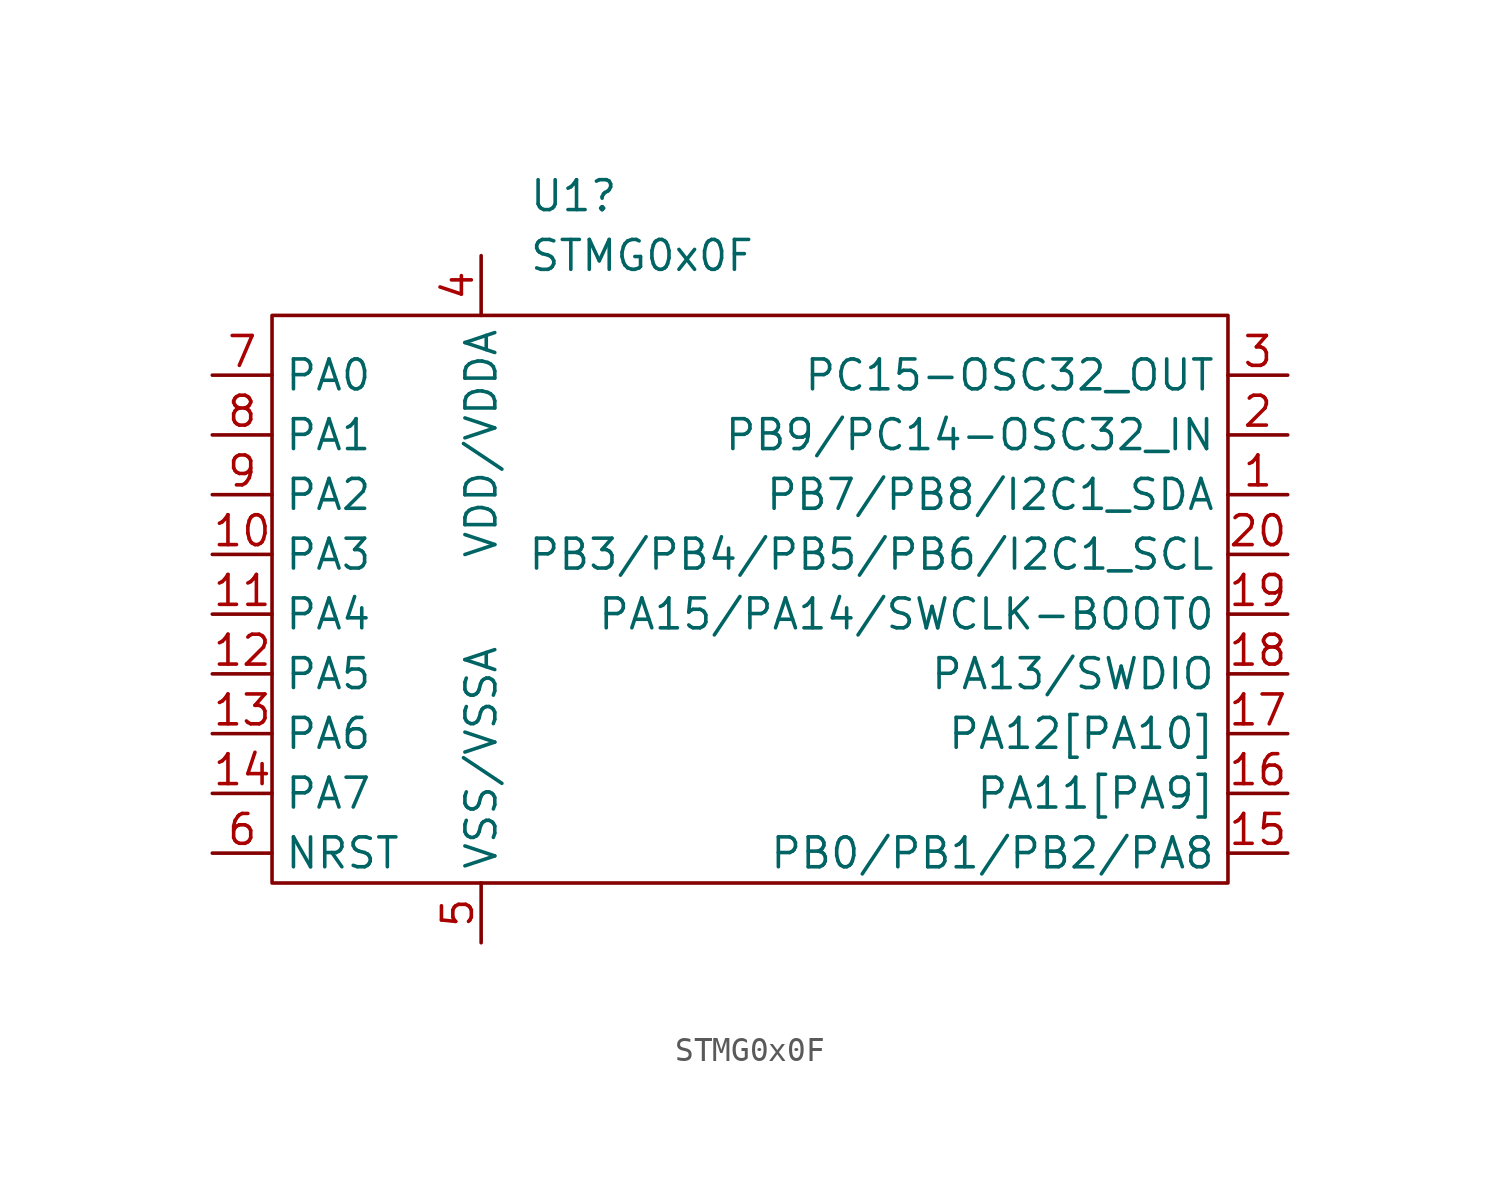
<source format=kicad_sym>
(kicad_symbol_lib
  (version 20220914)
  (generator kicad_symbol_editor)
  (symbol "STMG0x0F"
    (property "Reference" "U1"
      (at -18.301 31.75 0)
      (effects (font (size 1.27 1.27)) (justify left)))
    (property "Value" "STMG0x0F"
      (at -18.301 29.21 0)
      (effects (font (size 1.27 1.27)) (justify left)))
    (symbol "STMG0x0F_0_1"
      (rectangle (start -29.21 26.67) (end 11.43 2.54) (stroke (width 0) (type default)) (fill (type none))))
    (symbol "STMG0x0F_1_1"
      (pin bidirectional line (at 13.97 19.05 180) (length 2.54) (name "PB7/PB8/I2C1_SDA" (effects (font (size 1.27 1.27)))) (number "1" (effects (font (size 1.27 1.27)))))
      (pin bidirectional line (at -31.75 16.51 0) (length 2.54) (name "PA3" (effects (font (size 1.27 1.27)))) (number "10" (effects (font (size 1.27 1.27)))))
      (pin bidirectional line (at -31.75 13.97 0) (length 2.54) (name "PA4" (effects (font (size 1.27 1.27)))) (number "11" (effects (font (size 1.27 1.27)))))
      (pin bidirectional line (at -31.75 11.43 0) (length 2.54) (name "PA5" (effects (font (size 1.27 1.27)))) (number "12" (effects (font (size 1.27 1.27)))))
      (pin bidirectional line (at -31.75 8.89 0) (length 2.54) (name "PA6" (effects (font (size 1.27 1.27)))) (number "13" (effects (font (size 1.27 1.27)))))
      (pin bidirectional line (at -31.75 6.35 0) (length 2.54) (name "PA7" (effects (font (size 1.27 1.27)))) (number "14" (effects (font (size 1.27 1.27)))))
      (pin bidirectional line (at 13.97 3.81 180) (length 2.54) (name "PB0/PB1/PB2/PA8" (effects (font (size 1.27 1.27)))) (number "15" (effects (font (size 1.27 1.27)))))
      (pin bidirectional line (at 13.97 6.35 180) (length 2.54) (name "PA11[PA9]" (effects (font (size 1.27 1.27)))) (number "16" (effects (font (size 1.27 1.27)))))
      (pin bidirectional line (at 13.97 8.89 180) (length 2.54) (name "PA12[PA10]" (effects (font (size 1.27 1.27)))) (number "17" (effects (font (size 1.27 1.27)))))
      (pin bidirectional line (at 13.97 11.43 180) (length 2.54) (name "PA13/SWDIO" (effects (font (size 1.27 1.27)))) (number "18" (effects (font (size 1.27 1.27)))))
      (pin bidirectional line (at 13.97 13.97 180) (length 2.54) (name "PA15/PA14/SWCLK-BOOT0" (effects (font (size 1.27 1.27)))) (number "19" (effects (font (size 1.27 1.27)))))
      (pin bidirectional line (at 13.97 21.59 180) (length 2.54) (name "PB9/PC14-OSC32_IN" (effects (font (size 1.27 1.27)))) (number "2" (effects (font (size 1.27 1.27)))))
      (pin bidirectional line (at 13.97 16.51 180) (length 2.54) (name "PB3/PB4/PB5/PB6/I2C1_SCL" (effects (font (size 1.27 1.27)))) (number "20" (effects (font (size 1.27 1.27)))))
      (pin bidirectional line (at 13.97 24.13 180) (length 2.54) (name "PC15-OSC32_OUT" (effects (font (size 1.27 1.27)))) (number "3" (effects (font (size 1.27 1.27)))))
      (pin power_in line (at -20.32 29.21 270) (length 2.54) (name "VDD/VDDA" (effects (font (size 1.27 1.27)))) (number "4" (effects (font (size 1.27 1.27)))))
      (pin power_in line (at -20.32 0 90) (length 2.54) (name "VSS/VSSA" (effects (font (size 1.27 1.27)))) (number "5" (effects (font (size 1.27 1.27)))))
      (pin input line (at -31.75 3.81 0) (length 2.54) (name "NRST" (effects (font (size 1.27 1.27)))) (number "6" (effects (font (size 1.27 1.27)))))
      (pin bidirectional line (at -31.75 24.13 0) (length 2.54) (name "PA0" (effects (font (size 1.27 1.27)))) (number "7" (effects (font (size 1.27 1.27)))))
      (pin bidirectional line (at -31.75 21.59 0) (length 2.54) (name "PA1" (effects (font (size 1.27 1.27)))) (number "8" (effects (font (size 1.27 1.27)))))
      (pin bidirectional line (at -31.75 19.05 0) (length 2.54) (name "PA2" (effects (font (size 1.27 1.27)))) (number "9" (effects (font (size 1.27 1.27))))))))
</source>
